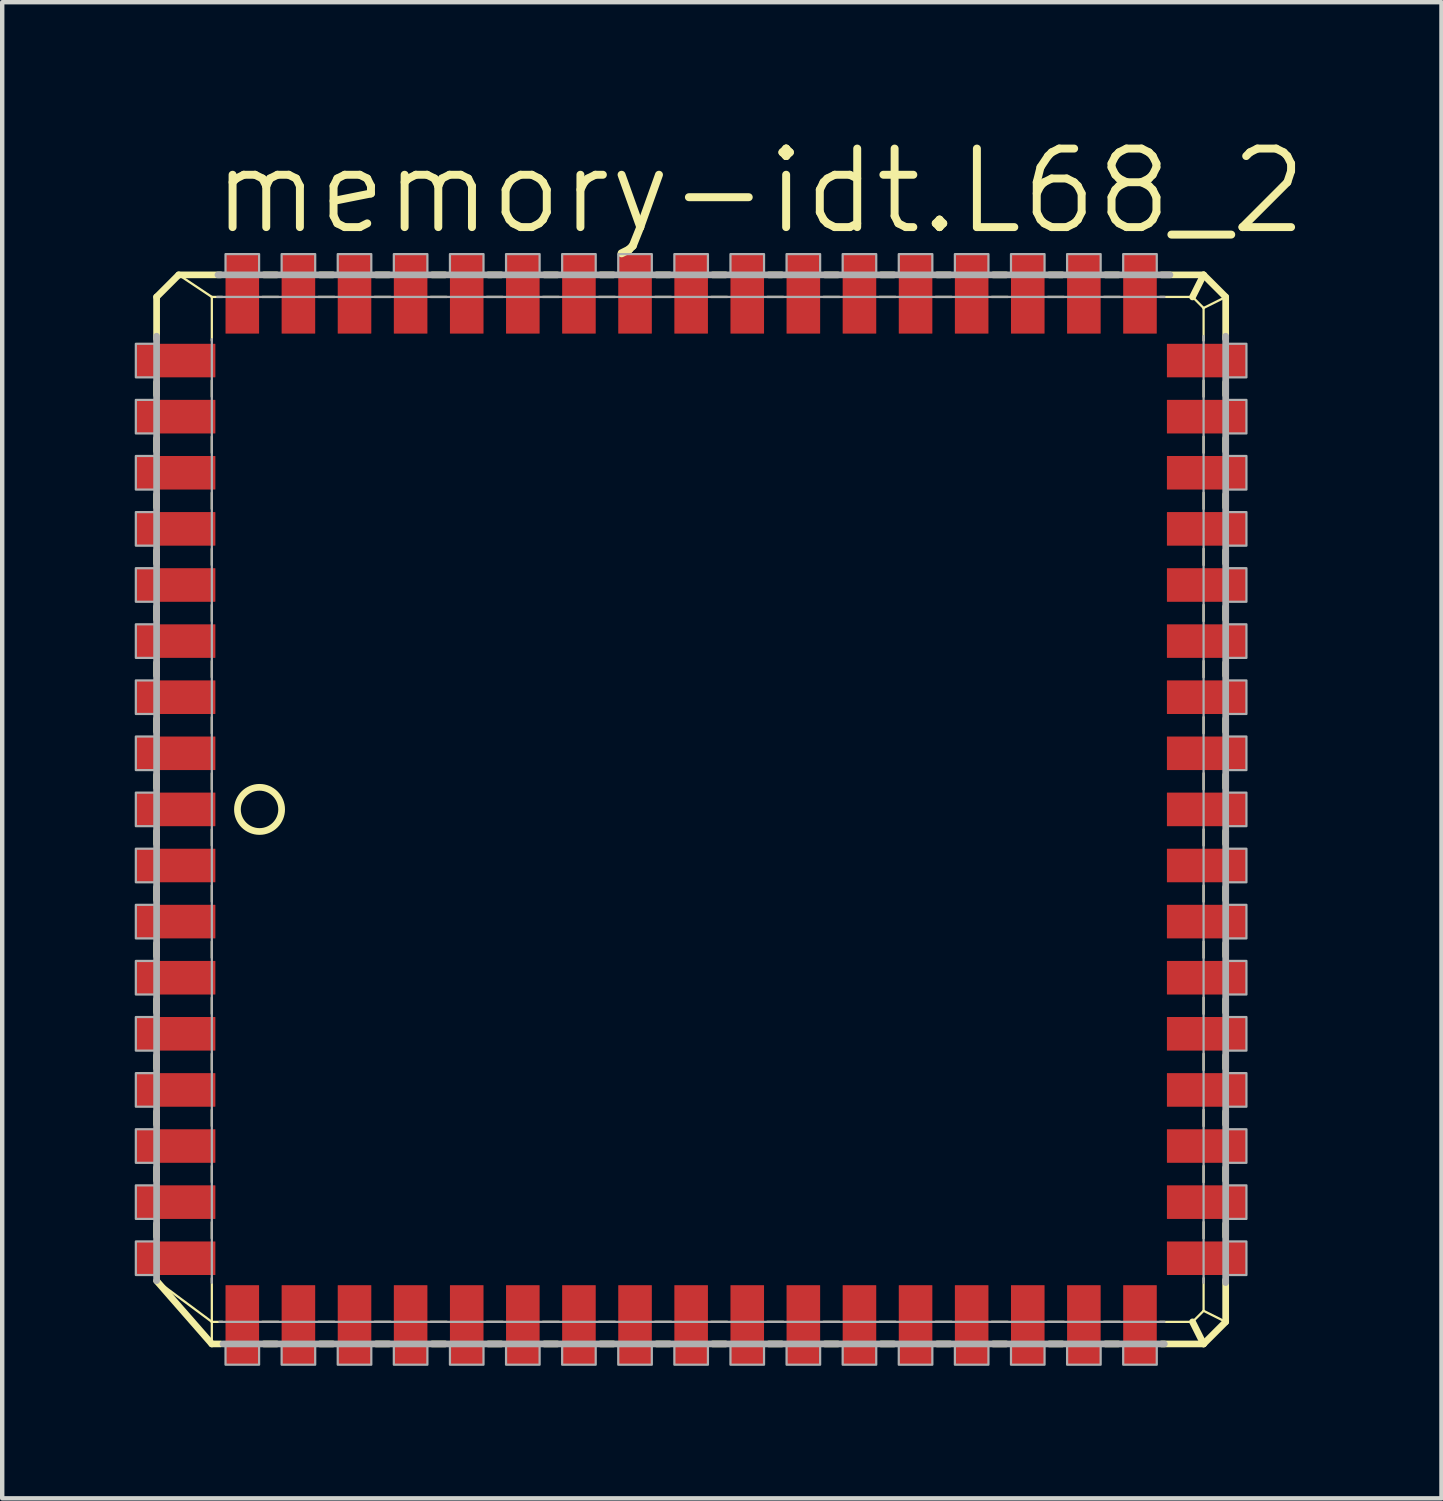
<source format=kicad_pcb>
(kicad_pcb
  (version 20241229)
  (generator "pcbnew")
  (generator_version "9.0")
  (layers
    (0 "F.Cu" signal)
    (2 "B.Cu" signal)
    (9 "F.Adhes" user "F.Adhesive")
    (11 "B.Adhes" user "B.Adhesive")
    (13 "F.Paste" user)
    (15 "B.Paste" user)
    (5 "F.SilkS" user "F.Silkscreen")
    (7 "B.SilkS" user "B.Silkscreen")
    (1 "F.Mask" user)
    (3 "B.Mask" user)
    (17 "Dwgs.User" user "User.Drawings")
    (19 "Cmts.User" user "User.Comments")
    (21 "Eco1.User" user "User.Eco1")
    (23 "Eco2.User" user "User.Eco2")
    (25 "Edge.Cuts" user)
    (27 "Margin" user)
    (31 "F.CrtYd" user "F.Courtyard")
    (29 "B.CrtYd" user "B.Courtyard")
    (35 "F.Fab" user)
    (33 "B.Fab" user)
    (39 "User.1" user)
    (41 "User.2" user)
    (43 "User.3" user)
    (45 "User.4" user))
  (footprint "memory-idt.L68_2"
    (layer "F.Cu")
    (at 12.595 15.272)
    (property "Reference" "memory-idt.L68_2" (at -10.922 -12.954 0) (layer "F.SilkS") (effects (font (size 1.778 1.778) (thickness 0.18)) (justify left bottom)))
    (attr smd)
    (fp_line (start -12.1 -11.6) (end -11.6 -12.1) (stroke (width 0.152) (type default)) (layer "F.SilkS"))
    (fp_line (start -12.1 -10.651) (end -12.1 -11.6) (stroke (width 0.152) (type default)) (layer "F.SilkS"))
    (fp_line (start -12.1 -9.381) (end -12.1 -9.669) (stroke (width 0.152) (type default)) (layer "F.SilkS"))
    (fp_line (start -12.1 -8.111) (end -12.1 -8.399) (stroke (width 0.152) (type default)) (layer "F.SilkS"))
    (fp_line (start -12.1 -6.841) (end -12.1 -7.129) (stroke (width 0.152) (type default)) (layer "F.SilkS"))
    (fp_line (start -12.1 -5.571) (end -12.1 -5.859) (stroke (width 0.152) (type default)) (layer "F.SilkS"))
    (fp_line (start -12.1 -4.301) (end -12.1 -4.589) (stroke (width 0.152) (type default)) (layer "F.SilkS"))
    (fp_line (start -12.1 -3.031) (end -12.1 -3.319) (stroke (width 0.152) (type default)) (layer "F.SilkS"))
    (fp_line (start -12.1 -1.761) (end -12.1 -2.049) (stroke (width 0.152) (type default)) (layer "F.SilkS"))
    (fp_line (start -12.1 -0.491) (end -12.1 -0.779) (stroke (width 0.152) (type default)) (layer "F.SilkS"))
    (fp_line (start -12.1 0.779) (end -12.1 0.491) (stroke (width 0.152) (type default)) (layer "F.SilkS"))
    (fp_line (start -12.1 2.049) (end -12.1 1.761) (stroke (width 0.152) (type default)) (layer "F.SilkS"))
    (fp_line (start -12.1 3.319) (end -12.1 3.031) (stroke (width 0.152) (type default)) (layer "F.SilkS"))
    (fp_line (start -12.1 4.589) (end -12.1 4.301) (stroke (width 0.152) (type default)) (layer "F.SilkS"))
    (fp_line (start -12.1 5.859) (end -12.1 5.571) (stroke (width 0.152) (type default)) (layer "F.SilkS"))
    (fp_line (start -12.1 7.129) (end -12.1 6.841) (stroke (width 0.152) (type default)) (layer "F.SilkS"))
    (fp_line (start -12.1 8.399) (end -12.1 8.111) (stroke (width 0.152) (type default)) (layer "F.SilkS"))
    (fp_line (start -12.1 9.669) (end -12.1 9.381) (stroke (width 0.152) (type default)) (layer "F.SilkS"))
    (fp_line (start -11.6 -12.1) (end -10.85 -11.6) (stroke (width 0.051) (type default)) (layer "F.SilkS"))
    (fp_line (start -11.6 -12.1) (end -10.651 -12.1) (stroke (width 0.152) (type default)) (layer "F.SilkS"))
    (fp_line (start -10.85 -11.6) (end -10.611 -11.6) (stroke (width 0.051) (type default)) (layer "F.SilkS"))
    (fp_line (start -10.85 -10.611) (end -10.85 -11.6) (stroke (width 0.051) (type default)) (layer "F.SilkS"))
    (fp_line (start -10.85 -9.341) (end -10.85 -9.709) (stroke (width 0.051) (type default)) (layer "F.SilkS"))
    (fp_line (start -10.85 -8.071) (end -10.85 -8.439) (stroke (width 0.051) (type default)) (layer "F.SilkS"))
    (fp_line (start -10.85 -6.801) (end -10.85 -7.169) (stroke (width 0.051) (type default)) (layer "F.SilkS"))
    (fp_line (start -10.85 -5.531) (end -10.85 -5.899) (stroke (width 0.051) (type default)) (layer "F.SilkS"))
    (fp_line (start -10.85 -4.261) (end -10.85 -4.629) (stroke (width 0.051) (type default)) (layer "F.SilkS"))
    (fp_line (start -10.85 -2.991) (end -10.85 -3.359) (stroke (width 0.051) (type default)) (layer "F.SilkS"))
    (fp_line (start -10.85 -1.721) (end -10.85 -2.089) (stroke (width 0.051) (type default)) (layer "F.SilkS"))
    (fp_line (start -10.85 -0.451) (end -10.85 -0.819) (stroke (width 0.051) (type default)) (layer "F.SilkS"))
    (fp_line (start -10.85 0.819) (end -10.85 0.451) (stroke (width 0.051) (type default)) (layer "F.SilkS"))
    (fp_line (start -10.85 2.089) (end -10.85 1.721) (stroke (width 0.051) (type default)) (layer "F.SilkS"))
    (fp_line (start -10.85 3.359) (end -10.85 2.991) (stroke (width 0.051) (type default)) (layer "F.SilkS"))
    (fp_line (start -10.85 4.629) (end -10.85 4.261) (stroke (width 0.051) (type default)) (layer "F.SilkS"))
    (fp_line (start -10.85 5.899) (end -10.85 5.531) (stroke (width 0.051) (type default)) (layer "F.SilkS"))
    (fp_line (start -10.85 7.169) (end -10.85 6.801) (stroke (width 0.051) (type default)) (layer "F.SilkS"))
    (fp_line (start -10.85 8.439) (end -10.85 8.071) (stroke (width 0.051) (type default)) (layer "F.SilkS"))
    (fp_line (start -10.85 9.709) (end -10.85 9.341) (stroke (width 0.051) (type default)) (layer "F.SilkS"))
    (fp_line (start -10.85 11.6) (end -12.085 10.682) (stroke (width 0.051) (type default)) (layer "F.SilkS"))
    (fp_line (start -10.85 11.6) (end -10.85 10.611) (stroke (width 0.051) (type default)) (layer "F.SilkS"))
    (fp_line (start -10.85 12.1) (end -12.1 10.671) (stroke (width 0.152) (type default)) (layer "F.SilkS"))
    (fp_line (start -10.85 12.1) (end -10.85 11.6) (stroke (width 0.051) (type default)) (layer "F.SilkS"))
    (fp_line (start -10.651 12.1) (end -10.85 12.1) (stroke (width 0.152) (type default)) (layer "F.SilkS"))
    (fp_line (start -10.611 11.6) (end -10.85 11.6) (stroke (width 0.051) (type default)) (layer "F.SilkS"))
    (fp_line (start -9.709 -11.6) (end -9.341 -11.6) (stroke (width 0.051) (type default)) (layer "F.SilkS"))
    (fp_line (start -9.669 -12.1) (end -9.381 -12.1) (stroke (width 0.152) (type default)) (layer "F.SilkS"))
    (fp_line (start -9.381 12.1) (end -9.669 12.1) (stroke (width 0.152) (type default)) (layer "F.SilkS"))
    (fp_line (start -9.341 11.6) (end -9.709 11.6) (stroke (width 0.051) (type default)) (layer "F.SilkS"))
    (fp_line (start -8.439 -11.6) (end -8.071 -11.6) (stroke (width 0.051) (type default)) (layer "F.SilkS"))
    (fp_line (start -8.399 -12.1) (end -8.111 -12.1) (stroke (width 0.152) (type default)) (layer "F.SilkS"))
    (fp_line (start -8.111 12.1) (end -8.399 12.1) (stroke (width 0.152) (type default)) (layer "F.SilkS"))
    (fp_line (start -8.071 11.6) (end -8.439 11.6) (stroke (width 0.051) (type default)) (layer "F.SilkS"))
    (fp_line (start -7.169 -11.6) (end -6.801 -11.6) (stroke (width 0.051) (type default)) (layer "F.SilkS"))
    (fp_line (start -7.129 -12.1) (end -6.841 -12.1) (stroke (width 0.152) (type default)) (layer "F.SilkS"))
    (fp_line (start -6.841 12.1) (end -7.129 12.1) (stroke (width 0.152) (type default)) (layer "F.SilkS"))
    (fp_line (start -6.801 11.6) (end -7.169 11.6) (stroke (width 0.051) (type default)) (layer "F.SilkS"))
    (fp_line (start -5.899 -11.6) (end -5.531 -11.6) (stroke (width 0.051) (type default)) (layer "F.SilkS"))
    (fp_line (start -5.859 -12.1) (end -5.571 -12.1) (stroke (width 0.152) (type default)) (layer "F.SilkS"))
    (fp_line (start -5.571 12.1) (end -5.859 12.1) (stroke (width 0.152) (type default)) (layer "F.SilkS"))
    (fp_line (start -5.531 11.6) (end -5.899 11.6) (stroke (width 0.051) (type default)) (layer "F.SilkS"))
    (fp_line (start -4.629 -11.6) (end -4.261 -11.6) (stroke (width 0.051) (type default)) (layer "F.SilkS"))
    (fp_line (start -4.589 -12.1) (end -4.301 -12.1) (stroke (width 0.152) (type default)) (layer "F.SilkS"))
    (fp_line (start -4.301 12.1) (end -4.589 12.1) (stroke (width 0.152) (type default)) (layer "F.SilkS"))
    (fp_line (start -4.261 11.6) (end -4.629 11.6) (stroke (width 0.051) (type default)) (layer "F.SilkS"))
    (fp_line (start -3.359 -11.6) (end -2.991 -11.6) (stroke (width 0.051) (type default)) (layer "F.SilkS"))
    (fp_line (start -3.319 -12.1) (end -3.031 -12.1) (stroke (width 0.152) (type default)) (layer "F.SilkS"))
    (fp_line (start -3.031 12.1) (end -3.319 12.1) (stroke (width 0.152) (type default)) (layer "F.SilkS"))
    (fp_line (start -2.991 11.6) (end -3.359 11.6) (stroke (width 0.051) (type default)) (layer "F.SilkS"))
    (fp_line (start -2.089 -11.6) (end -1.721 -11.6) (stroke (width 0.051) (type default)) (layer "F.SilkS"))
    (fp_line (start -2.049 -12.1) (end -1.761 -12.1) (stroke (width 0.152) (type default)) (layer "F.SilkS"))
    (fp_line (start -1.761 12.1) (end -2.049 12.1) (stroke (width 0.152) (type default)) (layer "F.SilkS"))
    (fp_line (start -1.721 11.6) (end -2.089 11.6) (stroke (width 0.051) (type default)) (layer "F.SilkS"))
    (fp_line (start -0.819 -11.6) (end -0.451 -11.6) (stroke (width 0.051) (type default)) (layer "F.SilkS"))
    (fp_line (start -0.779 -12.1) (end -0.491 -12.1) (stroke (width 0.152) (type default)) (layer "F.SilkS"))
    (fp_line (start -0.491 12.1) (end -0.779 12.1) (stroke (width 0.152) (type default)) (layer "F.SilkS"))
    (fp_line (start -0.451 11.6) (end -0.819 11.6) (stroke (width 0.051) (type default)) (layer "F.SilkS"))
    (fp_line (start 0.451 -11.6) (end 0.819 -11.6) (stroke (width 0.051) (type default)) (layer "F.SilkS"))
    (fp_line (start 0.491 -12.1) (end 0.779 -12.1) (stroke (width 0.152) (type default)) (layer "F.SilkS"))
    (fp_line (start 0.779 12.1) (end 0.491 12.1) (stroke (width 0.152) (type default)) (layer "F.SilkS"))
    (fp_line (start 0.819 11.6) (end 0.451 11.6) (stroke (width 0.051) (type default)) (layer "F.SilkS"))
    (fp_line (start 1.721 -11.6) (end 2.089 -11.6) (stroke (width 0.051) (type default)) (layer "F.SilkS"))
    (fp_line (start 1.761 -12.1) (end 2.049 -12.1) (stroke (width 0.152) (type default)) (layer "F.SilkS"))
    (fp_line (start 2.049 12.1) (end 1.761 12.1) (stroke (width 0.152) (type default)) (layer "F.SilkS"))
    (fp_line (start 2.089 11.6) (end 1.721 11.6) (stroke (width 0.051) (type default)) (layer "F.SilkS"))
    (fp_line (start 2.991 -11.6) (end 3.359 -11.6) (stroke (width 0.051) (type default)) (layer "F.SilkS"))
    (fp_line (start 3.031 -12.1) (end 3.319 -12.1) (stroke (width 0.152) (type default)) (layer "F.SilkS"))
    (fp_line (start 3.319 12.1) (end 3.031 12.1) (stroke (width 0.152) (type default)) (layer "F.SilkS"))
    (fp_line (start 3.359 11.6) (end 2.991 11.6) (stroke (width 0.051) (type default)) (layer "F.SilkS"))
    (fp_line (start 4.261 -11.6) (end 4.629 -11.6) (stroke (width 0.051) (type default)) (layer "F.SilkS"))
    (fp_line (start 4.301 -12.1) (end 4.589 -12.1) (stroke (width 0.152) (type default)) (layer "F.SilkS"))
    (fp_line (start 4.589 12.1) (end 4.301 12.1) (stroke (width 0.152) (type default)) (layer "F.SilkS"))
    (fp_line (start 4.629 11.6) (end 4.261 11.6) (stroke (width 0.051) (type default)) (layer "F.SilkS"))
    (fp_line (start 5.531 -11.6) (end 5.899 -11.6) (stroke (width 0.051) (type default)) (layer "F.SilkS"))
    (fp_line (start 5.571 -12.1) (end 5.859 -12.1) (stroke (width 0.152) (type default)) (layer "F.SilkS"))
    (fp_line (start 5.859 12.1) (end 5.571 12.1) (stroke (width 0.152) (type default)) (layer "F.SilkS"))
    (fp_line (start 5.899 11.6) (end 5.531 11.6) (stroke (width 0.051) (type default)) (layer "F.SilkS"))
    (fp_line (start 6.801 -11.6) (end 7.169 -11.6) (stroke (width 0.051) (type default)) (layer "F.SilkS"))
    (fp_line (start 6.841 -12.1) (end 7.129 -12.1) (stroke (width 0.152) (type default)) (layer "F.SilkS"))
    (fp_line (start 7.129 12.1) (end 6.841 12.1) (stroke (width 0.152) (type default)) (layer "F.SilkS"))
    (fp_line (start 7.169 11.6) (end 6.801 11.6) (stroke (width 0.051) (type default)) (layer "F.SilkS"))
    (fp_line (start 8.071 -11.6) (end 8.439 -11.6) (stroke (width 0.051) (type default)) (layer "F.SilkS"))
    (fp_line (start 8.111 -12.1) (end 8.399 -12.1) (stroke (width 0.152) (type default)) (layer "F.SilkS"))
    (fp_line (start 8.399 12.1) (end 8.111 12.1) (stroke (width 0.152) (type default)) (layer "F.SilkS"))
    (fp_line (start 8.439 11.6) (end 8.071 11.6) (stroke (width 0.051) (type default)) (layer "F.SilkS"))
    (fp_line (start 9.341 -11.6) (end 9.709 -11.6) (stroke (width 0.051) (type default)) (layer "F.SilkS"))
    (fp_line (start 9.381 -12.1) (end 9.669 -12.1) (stroke (width 0.152) (type default)) (layer "F.SilkS"))
    (fp_line (start 9.669 12.1) (end 9.381 12.1) (stroke (width 0.152) (type default)) (layer "F.SilkS"))
    (fp_line (start 9.709 11.6) (end 9.341 11.6) (stroke (width 0.051) (type default)) (layer "F.SilkS"))
    (fp_line (start 10.611 -11.6) (end 11.35 -11.6) (stroke (width 0.051) (type default)) (layer "F.SilkS"))
    (fp_line (start 10.651 -12.1) (end 11.6 -12.1) (stroke (width 0.152) (type default)) (layer "F.SilkS"))
    (fp_line (start 11.35 -11.6) (end 11.6 -12.1) (stroke (width 0.152) (type default)) (layer "F.SilkS"))
    (fp_line (start 11.35 -11.6) (end 11.6 -11.35) (stroke (width 0.051) (type default)) (layer "F.SilkS"))
    (fp_line (start 11.35 11.6) (end 10.611 11.6) (stroke (width 0.051) (type default)) (layer "F.SilkS"))
    (fp_line (start 11.6 -12.1) (end 12.1 -11.6) (stroke (width 0.152) (type default)) (layer "F.SilkS"))
    (fp_line (start 11.6 -11.35) (end 11.6 -10.611) (stroke (width 0.051) (type default)) (layer "F.SilkS"))
    (fp_line (start 11.6 -11.35) (end 12.1 -11.6) (stroke (width 0.051) (type default)) (layer "F.SilkS"))
    (fp_line (start 11.6 -9.709) (end 11.6 -9.341) (stroke (width 0.051) (type default)) (layer "F.SilkS"))
    (fp_line (start 11.6 -8.439) (end 11.6 -8.071) (stroke (width 0.051) (type default)) (layer "F.SilkS"))
    (fp_line (start 11.6 -7.169) (end 11.6 -6.801) (stroke (width 0.051) (type default)) (layer "F.SilkS"))
    (fp_line (start 11.6 -5.899) (end 11.6 -5.531) (stroke (width 0.051) (type default)) (layer "F.SilkS"))
    (fp_line (start 11.6 -4.629) (end 11.6 -4.261) (stroke (width 0.051) (type default)) (layer "F.SilkS"))
    (fp_line (start 11.6 -3.359) (end 11.6 -2.991) (stroke (width 0.051) (type default)) (layer "F.SilkS"))
    (fp_line (start 11.6 -2.089) (end 11.6 -1.721) (stroke (width 0.051) (type default)) (layer "F.SilkS"))
    (fp_line (start 11.6 -0.819) (end 11.6 -0.451) (stroke (width 0.051) (type default)) (layer "F.SilkS"))
    (fp_line (start 11.6 0.451) (end 11.6 0.819) (stroke (width 0.051) (type default)) (layer "F.SilkS"))
    (fp_line (start 11.6 1.721) (end 11.6 2.089) (stroke (width 0.051) (type default)) (layer "F.SilkS"))
    (fp_line (start 11.6 2.991) (end 11.6 3.359) (stroke (width 0.051) (type default)) (layer "F.SilkS"))
    (fp_line (start 11.6 4.261) (end 11.6 4.629) (stroke (width 0.051) (type default)) (layer "F.SilkS"))
    (fp_line (start 11.6 5.531) (end 11.6 5.899) (stroke (width 0.051) (type default)) (layer "F.SilkS"))
    (fp_line (start 11.6 6.801) (end 11.6 7.169) (stroke (width 0.051) (type default)) (layer "F.SilkS"))
    (fp_line (start 11.6 8.071) (end 11.6 8.439) (stroke (width 0.051) (type default)) (layer "F.SilkS"))
    (fp_line (start 11.6 9.341) (end 11.6 9.709) (stroke (width 0.051) (type default)) (layer "F.SilkS"))
    (fp_line (start 11.6 10.611) (end 11.6 11.35) (stroke (width 0.051) (type default)) (layer "F.SilkS"))
    (fp_line (start 11.6 11.35) (end 11.35 11.6) (stroke (width 0.051) (type default)) (layer "F.SilkS"))
    (fp_line (start 11.6 12.1) (end 10.651 12.1) (stroke (width 0.152) (type default)) (layer "F.SilkS"))
    (fp_line (start 11.6 12.1) (end 11.35 11.6) (stroke (width 0.152) (type default)) (layer "F.SilkS"))
    (fp_line (start 12.1 -11.6) (end 12.1 -10.651) (stroke (width 0.152) (type default)) (layer "F.SilkS"))
    (fp_line (start 12.1 -9.669) (end 12.1 -9.381) (stroke (width 0.152) (type default)) (layer "F.SilkS"))
    (fp_line (start 12.1 -8.399) (end 12.1 -8.111) (stroke (width 0.152) (type default)) (layer "F.SilkS"))
    (fp_line (start 12.1 -7.129) (end 12.1 -6.841) (stroke (width 0.152) (type default)) (layer "F.SilkS"))
    (fp_line (start 12.1 -5.859) (end 12.1 -5.571) (stroke (width 0.152) (type default)) (layer "F.SilkS"))
    (fp_line (start 12.1 -4.589) (end 12.1 -4.301) (stroke (width 0.152) (type default)) (layer "F.SilkS"))
    (fp_line (start 12.1 -3.319) (end 12.1 -3.031) (stroke (width 0.152) (type default)) (layer "F.SilkS"))
    (fp_line (start 12.1 -2.049) (end 12.1 -1.761) (stroke (width 0.152) (type default)) (layer "F.SilkS"))
    (fp_line (start 12.1 -0.779) (end 12.1 -0.491) (stroke (width 0.152) (type default)) (layer "F.SilkS"))
    (fp_line (start 12.1 0.491) (end 12.1 0.779) (stroke (width 0.152) (type default)) (layer "F.SilkS"))
    (fp_line (start 12.1 1.761) (end 12.1 2.049) (stroke (width 0.152) (type default)) (layer "F.SilkS"))
    (fp_line (start 12.1 3.031) (end 12.1 3.319) (stroke (width 0.152) (type default)) (layer "F.SilkS"))
    (fp_line (start 12.1 4.301) (end 12.1 4.589) (stroke (width 0.152) (type default)) (layer "F.SilkS"))
    (fp_line (start 12.1 5.571) (end 12.1 5.859) (stroke (width 0.152) (type default)) (layer "F.SilkS"))
    (fp_line (start 12.1 6.841) (end 12.1 7.129) (stroke (width 0.152) (type default)) (layer "F.SilkS"))
    (fp_line (start 12.1 8.111) (end 12.1 8.399) (stroke (width 0.152) (type default)) (layer "F.SilkS"))
    (fp_line (start 12.1 9.381) (end 12.1 9.669) (stroke (width 0.152) (type default)) (layer "F.SilkS"))
    (fp_line (start 12.1 10.651) (end 12.1 11.6) (stroke (width 0.152) (type default)) (layer "F.SilkS"))
    (fp_line (start 12.1 11.6) (end 11.6 11.35) (stroke (width 0.051) (type default)) (layer "F.SilkS"))
    (fp_line (start 12.1 11.6) (end 11.6 12.1) (stroke (width 0.152) (type default)) (layer "F.SilkS"))
    (fp_circle (center -9.77 0) (end -9.27 0) (stroke (width 0.152) (type default)) (fill no) (layer "F.SilkS"))
    (fp_line (start -12.1 10.667) (end -12.1 -10.711) (stroke (width 0.152) (type default)) (layer "F.Fab"))
    (fp_line (start -10.85 10.715) (end -10.85 -10.645) (stroke (width 0.051) (type default)) (layer "F.Fab"))
    (fp_line (start -10.729 -11.6) (end 10.715 -11.6) (stroke (width 0.051) (type default)) (layer "F.Fab"))
    (fp_line (start -10.711 -12.1) (end 10.838 -12.1) (stroke (width 0.152) (type default)) (layer "F.Fab"))
    (fp_line (start 10.711 12.1) (end -10.596 12.1) (stroke (width 0.152) (type default)) (layer "F.Fab"))
    (fp_line (start 10.715 11.6) (end -10.679 11.6) (stroke (width 0.051) (type default)) (layer "F.Fab"))
    (fp_line (start 11.6 -10.715) (end 11.6 10.715) (stroke (width 0.051) (type default)) (layer "F.Fab"))
    (fp_line (start 12.1 -10.711) (end 12.1 10.711) (stroke (width 0.152) (type default)) (layer "F.Fab"))
    (fp_rect (start -12.57 -9.78) (end -12.1 -10.54) (stroke (width 0.05) (type default)) (fill no) (layer "F.Fab"))
    (fp_rect (start -12.57 -8.51) (end -12.1 -9.27) (stroke (width 0.05) (type default)) (fill no) (layer "F.Fab"))
    (fp_rect (start -12.57 -7.24) (end -12.1 -8) (stroke (width 0.05) (type default)) (fill no) (layer "F.Fab"))
    (fp_rect (start -12.57 -5.97) (end -12.1 -6.73) (stroke (width 0.05) (type default)) (fill no) (layer "F.Fab"))
    (fp_rect (start -12.57 -4.7) (end -12.1 -5.46) (stroke (width 0.05) (type default)) (fill no) (layer "F.Fab"))
    (fp_rect (start -12.57 -3.43) (end -12.1 -4.19) (stroke (width 0.05) (type default)) (fill no) (layer "F.Fab"))
    (fp_rect (start -12.57 -2.16) (end -12.1 -2.92) (stroke (width 0.05) (type default)) (fill no) (layer "F.Fab"))
    (fp_rect (start -12.57 -0.89) (end -12.1 -1.65) (stroke (width 0.05) (type default)) (fill no) (layer "F.Fab"))
    (fp_rect (start -12.57 0.38) (end -12.1 -0.38) (stroke (width 0.05) (type default)) (fill no) (layer "F.Fab"))
    (fp_rect (start -12.57 1.65) (end -12.1 0.89) (stroke (width 0.05) (type default)) (fill no) (layer "F.Fab"))
    (fp_rect (start -12.57 2.92) (end -12.1 2.16) (stroke (width 0.05) (type default)) (fill no) (layer "F.Fab"))
    (fp_rect (start -12.57 4.19) (end -12.1 3.43) (stroke (width 0.05) (type default)) (fill no) (layer "F.Fab"))
    (fp_rect (start -12.57 5.46) (end -12.1 4.7) (stroke (width 0.05) (type default)) (fill no) (layer "F.Fab"))
    (fp_rect (start -12.57 6.73) (end -12.1 5.97) (stroke (width 0.05) (type default)) (fill no) (layer "F.Fab"))
    (fp_rect (start -12.57 8) (end -12.1 7.24) (stroke (width 0.05) (type default)) (fill no) (layer "F.Fab"))
    (fp_rect (start -12.57 9.27) (end -12.1 8.51) (stroke (width 0.05) (type default)) (fill no) (layer "F.Fab"))
    (fp_rect (start -12.57 10.54) (end -12.1 9.78) (stroke (width 0.05) (type default)) (fill no) (layer "F.Fab"))
    (fp_rect (start -10.54 -12.1) (end -9.78 -12.57) (stroke (width 0.05) (type default)) (fill no) (layer "F.Fab"))
    (fp_rect (start -10.54 12.57) (end -9.78 12.1) (stroke (width 0.05) (type default)) (fill no) (layer "F.Fab"))
    (fp_rect (start -9.27 -12.1) (end -8.51 -12.57) (stroke (width 0.05) (type default)) (fill no) (layer "F.Fab"))
    (fp_rect (start -9.27 12.57) (end -8.51 12.1) (stroke (width 0.05) (type default)) (fill no) (layer "F.Fab"))
    (fp_rect (start -8 -12.1) (end -7.24 -12.57) (stroke (width 0.05) (type default)) (fill no) (layer "F.Fab"))
    (fp_rect (start -8 12.57) (end -7.24 12.1) (stroke (width 0.05) (type default)) (fill no) (layer "F.Fab"))
    (fp_rect (start -6.73 -12.1) (end -5.97 -12.57) (stroke (width 0.05) (type default)) (fill no) (layer "F.Fab"))
    (fp_rect (start -6.73 12.57) (end -5.97 12.1) (stroke (width 0.05) (type default)) (fill no) (layer "F.Fab"))
    (fp_rect (start -5.46 -12.1) (end -4.7 -12.57) (stroke (width 0.05) (type default)) (fill no) (layer "F.Fab"))
    (fp_rect (start -5.46 12.57) (end -4.7 12.1) (stroke (width 0.05) (type default)) (fill no) (layer "F.Fab"))
    (fp_rect (start -4.19 -12.1) (end -3.43 -12.57) (stroke (width 0.05) (type default)) (fill no) (layer "F.Fab"))
    (fp_rect (start -4.19 12.57) (end -3.43 12.1) (stroke (width 0.05) (type default)) (fill no) (layer "F.Fab"))
    (fp_rect (start -2.92 -12.1) (end -2.16 -12.57) (stroke (width 0.05) (type default)) (fill no) (layer "F.Fab"))
    (fp_rect (start -2.92 12.57) (end -2.16 12.1) (stroke (width 0.05) (type default)) (fill no) (layer "F.Fab"))
    (fp_rect (start -1.65 -12.1) (end -0.89 -12.57) (stroke (width 0.05) (type default)) (fill no) (layer "F.Fab"))
    (fp_rect (start -1.65 12.57) (end -0.89 12.1) (stroke (width 0.05) (type default)) (fill no) (layer "F.Fab"))
    (fp_rect (start -0.38 -12.1) (end 0.38 -12.57) (stroke (width 0.05) (type default)) (fill no) (layer "F.Fab"))
    (fp_rect (start -0.38 12.57) (end 0.38 12.1) (stroke (width 0.05) (type default)) (fill no) (layer "F.Fab"))
    (fp_rect (start 0.89 -12.1) (end 1.65 -12.57) (stroke (width 0.05) (type default)) (fill no) (layer "F.Fab"))
    (fp_rect (start 0.89 12.57) (end 1.65 12.1) (stroke (width 0.05) (type default)) (fill no) (layer "F.Fab"))
    (fp_rect (start 2.16 -12.1) (end 2.92 -12.57) (stroke (width 0.05) (type default)) (fill no) (layer "F.Fab"))
    (fp_rect (start 2.16 12.57) (end 2.92 12.1) (stroke (width 0.05) (type default)) (fill no) (layer "F.Fab"))
    (fp_rect (start 3.43 -12.1) (end 4.19 -12.57) (stroke (width 0.05) (type default)) (fill no) (layer "F.Fab"))
    (fp_rect (start 3.43 12.57) (end 4.19 12.1) (stroke (width 0.05) (type default)) (fill no) (layer "F.Fab"))
    (fp_rect (start 4.7 -12.1) (end 5.46 -12.57) (stroke (width 0.05) (type default)) (fill no) (layer "F.Fab"))
    (fp_rect (start 4.7 12.57) (end 5.46 12.1) (stroke (width 0.05) (type default)) (fill no) (layer "F.Fab"))
    (fp_rect (start 5.97 -12.1) (end 6.73 -12.57) (stroke (width 0.05) (type default)) (fill no) (layer "F.Fab"))
    (fp_rect (start 5.97 12.57) (end 6.73 12.1) (stroke (width 0.05) (type default)) (fill no) (layer "F.Fab"))
    (fp_rect (start 7.24 -12.1) (end 8 -12.57) (stroke (width 0.05) (type default)) (fill no) (layer "F.Fab"))
    (fp_rect (start 7.24 12.57) (end 8 12.1) (stroke (width 0.05) (type default)) (fill no) (layer "F.Fab"))
    (fp_rect (start 8.51 -12.1) (end 9.27 -12.57) (stroke (width 0.05) (type default)) (fill no) (layer "F.Fab"))
    (fp_rect (start 8.51 12.57) (end 9.27 12.1) (stroke (width 0.05) (type default)) (fill no) (layer "F.Fab"))
    (fp_rect (start 9.78 -12.1) (end 10.54 -12.57) (stroke (width 0.05) (type default)) (fill no) (layer "F.Fab"))
    (fp_rect (start 9.78 12.57) (end 10.54 12.1) (stroke (width 0.05) (type default)) (fill no) (layer "F.Fab"))
    (fp_rect (start 12.1 -9.78) (end 12.57 -10.54) (stroke (width 0.05) (type default)) (fill no) (layer "F.Fab"))
    (fp_rect (start 12.1 -8.51) (end 12.57 -9.27) (stroke (width 0.05) (type default)) (fill no) (layer "F.Fab"))
    (fp_rect (start 12.1 -7.24) (end 12.57 -8) (stroke (width 0.05) (type default)) (fill no) (layer "F.Fab"))
    (fp_rect (start 12.1 -5.97) (end 12.57 -6.73) (stroke (width 0.05) (type default)) (fill no) (layer "F.Fab"))
    (fp_rect (start 12.1 -4.7) (end 12.57 -5.46) (stroke (width 0.05) (type default)) (fill no) (layer "F.Fab"))
    (fp_rect (start 12.1 -3.43) (end 12.57 -4.19) (stroke (width 0.05) (type default)) (fill no) (layer "F.Fab"))
    (fp_rect (start 12.1 -2.16) (end 12.57 -2.92) (stroke (width 0.05) (type default)) (fill no) (layer "F.Fab"))
    (fp_rect (start 12.1 -0.89) (end 12.57 -1.65) (stroke (width 0.05) (type default)) (fill no) (layer "F.Fab"))
    (fp_rect (start 12.1 0.38) (end 12.57 -0.38) (stroke (width 0.05) (type default)) (fill no) (layer "F.Fab"))
    (fp_rect (start 12.1 1.65) (end 12.57 0.89) (stroke (width 0.05) (type default)) (fill no) (layer "F.Fab"))
    (fp_rect (start 12.1 2.92) (end 12.57 2.16) (stroke (width 0.05) (type default)) (fill no) (layer "F.Fab"))
    (fp_rect (start 12.1 4.19) (end 12.57 3.43) (stroke (width 0.05) (type default)) (fill no) (layer "F.Fab"))
    (fp_rect (start 12.1 5.46) (end 12.57 4.7) (stroke (width 0.05) (type default)) (fill no) (layer "F.Fab"))
    (fp_rect (start 12.1 6.73) (end 12.57 5.97) (stroke (width 0.05) (type default)) (fill no) (layer "F.Fab"))
    (fp_rect (start 12.1 8) (end 12.57 7.24) (stroke (width 0.05) (type default)) (fill no) (layer "F.Fab"))
    (fp_rect (start 12.1 9.27) (end 12.57 8.51) (stroke (width 0.05) (type default)) (fill no) (layer "F.Fab"))
    (fp_rect (start 12.1 10.54) (end 12.57 9.78) (stroke (width 0.05) (type default)) (fill no) (layer "F.Fab"))
    (pad "1" smd roundrect (at -11.67 0) (size 1.8 0.76) (layers "F.Cu" "F.Mask" "F.Paste") (roundrect_rratio 0.01))
    (pad "2" smd roundrect (at -11.67 1.27) (size 1.8 0.76) (layers "F.Cu" "F.Mask" "F.Paste") (roundrect_rratio 0.01))
    (pad "3" smd roundrect (at -11.67 2.54) (size 1.8 0.76) (layers "F.Cu" "F.Mask" "F.Paste") (roundrect_rratio 0.01))
    (pad "4" smd roundrect (at -11.67 3.81) (size 1.8 0.76) (layers "F.Cu" "F.Mask" "F.Paste") (roundrect_rratio 0.01))
    (pad "5" smd roundrect (at -11.67 5.08) (size 1.8 0.76) (layers "F.Cu" "F.Mask" "F.Paste") (roundrect_rratio 0.01))
    (pad "6" smd roundrect (at -11.67 6.35) (size 1.8 0.76) (layers "F.Cu" "F.Mask" "F.Paste") (roundrect_rratio 0.01))
    (pad "7" smd roundrect (at -11.67 7.62) (size 1.8 0.76) (layers "F.Cu" "F.Mask" "F.Paste") (roundrect_rratio 0.01))
    (pad "8" smd roundrect (at -11.67 8.89) (size 1.8 0.76) (layers "F.Cu" "F.Mask" "F.Paste") (roundrect_rratio 0.01))
    (pad "9" smd roundrect (at -11.67 10.16) (size 1.8 0.76) (layers "F.Cu" "F.Mask" "F.Paste") (roundrect_rratio 0.01))
    (pad "10" smd roundrect (at -10.16 11.67) (size 0.76 1.8) (layers "F.Cu" "F.Mask" "F.Paste") (roundrect_rratio 0.01))
    (pad "11" smd roundrect (at -8.89 11.67) (size 0.76 1.8) (layers "F.Cu" "F.Mask" "F.Paste") (roundrect_rratio 0.01))
    (pad "12" smd roundrect (at -7.62 11.67) (size 0.76 1.8) (layers "F.Cu" "F.Mask" "F.Paste") (roundrect_rratio 0.01))
    (pad "13" smd roundrect (at -6.35 11.67) (size 0.76 1.8) (layers "F.Cu" "F.Mask" "F.Paste") (roundrect_rratio 0.01))
    (pad "14" smd roundrect (at -5.08 11.67) (size 0.76 1.8) (layers "F.Cu" "F.Mask" "F.Paste") (roundrect_rratio 0.01))
    (pad "15" smd roundrect (at -3.81 11.67) (size 0.76 1.8) (layers "F.Cu" "F.Mask" "F.Paste") (roundrect_rratio 0.01))
    (pad "16" smd roundrect (at -2.54 11.67) (size 0.76 1.8) (layers "F.Cu" "F.Mask" "F.Paste") (roundrect_rratio 0.01))
    (pad "17" smd roundrect (at -1.27 11.67) (size 0.76 1.8) (layers "F.Cu" "F.Mask" "F.Paste") (roundrect_rratio 0.01))
    (pad "18" smd roundrect (at 0 11.67) (size 0.76 1.8) (layers "F.Cu" "F.Mask" "F.Paste") (roundrect_rratio 0.01))
    (pad "19" smd roundrect (at 1.27 11.67) (size 0.76 1.8) (layers "F.Cu" "F.Mask" "F.Paste") (roundrect_rratio 0.01))
    (pad "20" smd roundrect (at 2.54 11.67) (size 0.76 1.8) (layers "F.Cu" "F.Mask" "F.Paste") (roundrect_rratio 0.01))
    (pad "21" smd roundrect (at 3.81 11.67) (size 0.76 1.8) (layers "F.Cu" "F.Mask" "F.Paste") (roundrect_rratio 0.01))
    (pad "22" smd roundrect (at 5.08 11.67) (size 0.76 1.8) (layers "F.Cu" "F.Mask" "F.Paste") (roundrect_rratio 0.01))
    (pad "23" smd roundrect (at 6.35 11.67) (size 0.76 1.8) (layers "F.Cu" "F.Mask" "F.Paste") (roundrect_rratio 0.01))
    (pad "24" smd roundrect (at 7.62 11.67) (size 0.76 1.8) (layers "F.Cu" "F.Mask" "F.Paste") (roundrect_rratio 0.01))
    (pad "25" smd roundrect (at 8.89 11.67) (size 0.76 1.8) (layers "F.Cu" "F.Mask" "F.Paste") (roundrect_rratio 0.01))
    (pad "26" smd roundrect (at 10.16 11.67) (size 0.76 1.8) (layers "F.Cu" "F.Mask" "F.Paste") (roundrect_rratio 0.01))
    (pad "27" smd roundrect (at 11.67 10.16) (size 1.8 0.76) (layers "F.Cu" "F.Mask" "F.Paste") (roundrect_rratio 0.01))
    (pad "28" smd roundrect (at 11.67 8.89) (size 1.8 0.76) (layers "F.Cu" "F.Mask" "F.Paste") (roundrect_rratio 0.01))
    (pad "29" smd roundrect (at 11.67 7.62) (size 1.8 0.76) (layers "F.Cu" "F.Mask" "F.Paste") (roundrect_rratio 0.01))
    (pad "30" smd roundrect (at 11.67 6.35) (size 1.8 0.76) (layers "F.Cu" "F.Mask" "F.Paste") (roundrect_rratio 0.01))
    (pad "31" smd roundrect (at 11.67 5.08) (size 1.8 0.76) (layers "F.Cu" "F.Mask" "F.Paste") (roundrect_rratio 0.01))
    (pad "32" smd roundrect (at 11.67 3.81) (size 1.8 0.76) (layers "F.Cu" "F.Mask" "F.Paste") (roundrect_rratio 0.01))
    (pad "33" smd roundrect (at 11.67 2.54) (size 1.8 0.76) (layers "F.Cu" "F.Mask" "F.Paste") (roundrect_rratio 0.01))
    (pad "34" smd roundrect (at 11.67 1.27) (size 1.8 0.76) (layers "F.Cu" "F.Mask" "F.Paste") (roundrect_rratio 0.01))
    (pad "35" smd roundrect (at 11.67 0) (size 1.8 0.76) (layers "F.Cu" "F.Mask" "F.Paste") (roundrect_rratio 0.01))
    (pad "36" smd roundrect (at 11.67 -1.27) (size 1.8 0.76) (layers "F.Cu" "F.Mask" "F.Paste") (roundrect_rratio 0.01))
    (pad "37" smd roundrect (at 11.67 -2.54) (size 1.8 0.76) (layers "F.Cu" "F.Mask" "F.Paste") (roundrect_rratio 0.01))
    (pad "38" smd roundrect (at 11.67 -3.81) (size 1.8 0.76) (layers "F.Cu" "F.Mask" "F.Paste") (roundrect_rratio 0.01))
    (pad "39" smd roundrect (at 11.67 -5.08) (size 1.8 0.76) (layers "F.Cu" "F.Mask" "F.Paste") (roundrect_rratio 0.01))
    (pad "40" smd roundrect (at 11.67 -6.35) (size 1.8 0.76) (layers "F.Cu" "F.Mask" "F.Paste") (roundrect_rratio 0.01))
    (pad "41" smd roundrect (at 11.67 -7.62) (size 1.8 0.76) (layers "F.Cu" "F.Mask" "F.Paste") (roundrect_rratio 0.01))
    (pad "42" smd roundrect (at 11.67 -8.89) (size 1.8 0.76) (layers "F.Cu" "F.Mask" "F.Paste") (roundrect_rratio 0.01))
    (pad "43" smd roundrect (at 11.67 -10.16) (size 1.8 0.76) (layers "F.Cu" "F.Mask" "F.Paste") (roundrect_rratio 0.01))
    (pad "44" smd roundrect (at 10.16 -11.67) (size 0.76 1.8) (layers "F.Cu" "F.Mask" "F.Paste") (roundrect_rratio 0.01))
    (pad "45" smd roundrect (at 8.89 -11.67) (size 0.76 1.8) (layers "F.Cu" "F.Mask" "F.Paste") (roundrect_rratio 0.01))
    (pad "46" smd roundrect (at 7.62 -11.67) (size 0.76 1.8) (layers "F.Cu" "F.Mask" "F.Paste") (roundrect_rratio 0.01))
    (pad "47" smd roundrect (at 6.35 -11.67) (size 0.76 1.8) (layers "F.Cu" "F.Mask" "F.Paste") (roundrect_rratio 0.01))
    (pad "48" smd roundrect (at 5.08 -11.67) (size 0.76 1.8) (layers "F.Cu" "F.Mask" "F.Paste") (roundrect_rratio 0.01))
    (pad "49" smd roundrect (at 3.81 -11.67) (size 0.76 1.8) (layers "F.Cu" "F.Mask" "F.Paste") (roundrect_rratio 0.01))
    (pad "50" smd roundrect (at 2.54 -11.67) (size 0.76 1.8) (layers "F.Cu" "F.Mask" "F.Paste") (roundrect_rratio 0.01))
    (pad "51" smd roundrect (at 1.27 -11.67) (size 0.76 1.8) (layers "F.Cu" "F.Mask" "F.Paste") (roundrect_rratio 0.01))
    (pad "52" smd roundrect (at 0 -11.67) (size 0.76 1.8) (layers "F.Cu" "F.Mask" "F.Paste") (roundrect_rratio 0.01))
    (pad "53" smd roundrect (at -1.27 -11.67) (size 0.76 1.8) (layers "F.Cu" "F.Mask" "F.Paste") (roundrect_rratio 0.01))
    (pad "54" smd roundrect (at -2.54 -11.67) (size 0.76 1.8) (layers "F.Cu" "F.Mask" "F.Paste") (roundrect_rratio 0.01))
    (pad "55" smd roundrect (at -3.81 -11.67) (size 0.76 1.8) (layers "F.Cu" "F.Mask" "F.Paste") (roundrect_rratio 0.01))
    (pad "56" smd roundrect (at -5.08 -11.67) (size 0.76 1.8) (layers "F.Cu" "F.Mask" "F.Paste") (roundrect_rratio 0.01))
    (pad "57" smd roundrect (at -6.35 -11.67) (size 0.76 1.8) (layers "F.Cu" "F.Mask" "F.Paste") (roundrect_rratio 0.01))
    (pad "58" smd roundrect (at -7.62 -11.67) (size 0.76 1.8) (layers "F.Cu" "F.Mask" "F.Paste") (roundrect_rratio 0.01))
    (pad "59" smd roundrect (at -8.89 -11.67) (size 0.76 1.8) (layers "F.Cu" "F.Mask" "F.Paste") (roundrect_rratio 0.01))
    (pad "60" smd roundrect (at -10.16 -11.67) (size 0.76 1.8) (layers "F.Cu" "F.Mask" "F.Paste") (roundrect_rratio 0.01))
    (pad "61" smd roundrect (at -11.67 -10.16) (size 1.8 0.76) (layers "F.Cu" "F.Mask" "F.Paste") (roundrect_rratio 0.01))
    (pad "62" smd roundrect (at -11.67 -8.89) (size 1.8 0.76) (layers "F.Cu" "F.Mask" "F.Paste") (roundrect_rratio 0.01))
    (pad "63" smd roundrect (at -11.67 -7.62) (size 1.8 0.76) (layers "F.Cu" "F.Mask" "F.Paste") (roundrect_rratio 0.01))
    (pad "64" smd roundrect (at -11.67 -6.35) (size 1.8 0.76) (layers "F.Cu" "F.Mask" "F.Paste") (roundrect_rratio 0.01))
    (pad "65" smd roundrect (at -11.67 -5.08) (size 1.8 0.76) (layers "F.Cu" "F.Mask" "F.Paste") (roundrect_rratio 0.01))
    (pad "66" smd roundrect (at -11.67 -3.81) (size 1.8 0.76) (layers "F.Cu" "F.Mask" "F.Paste") (roundrect_rratio 0.01))
    (pad "67" smd roundrect (at -11.67 -2.54) (size 1.8 0.76) (layers "F.Cu" "F.Mask" "F.Paste") (roundrect_rratio 0.01))
    (pad "68" smd roundrect (at -11.67 -1.27) (size 1.8 0.76) (layers "F.Cu" "F.Mask" "F.Paste") (roundrect_rratio 0.01)))
  (gr_rect
    (start -3 -3)
    (end 29.58 30.867)
    (stroke (width 0.1) (type default))
    (fill no)
    (layer "Edge.Cuts")))
</source>
